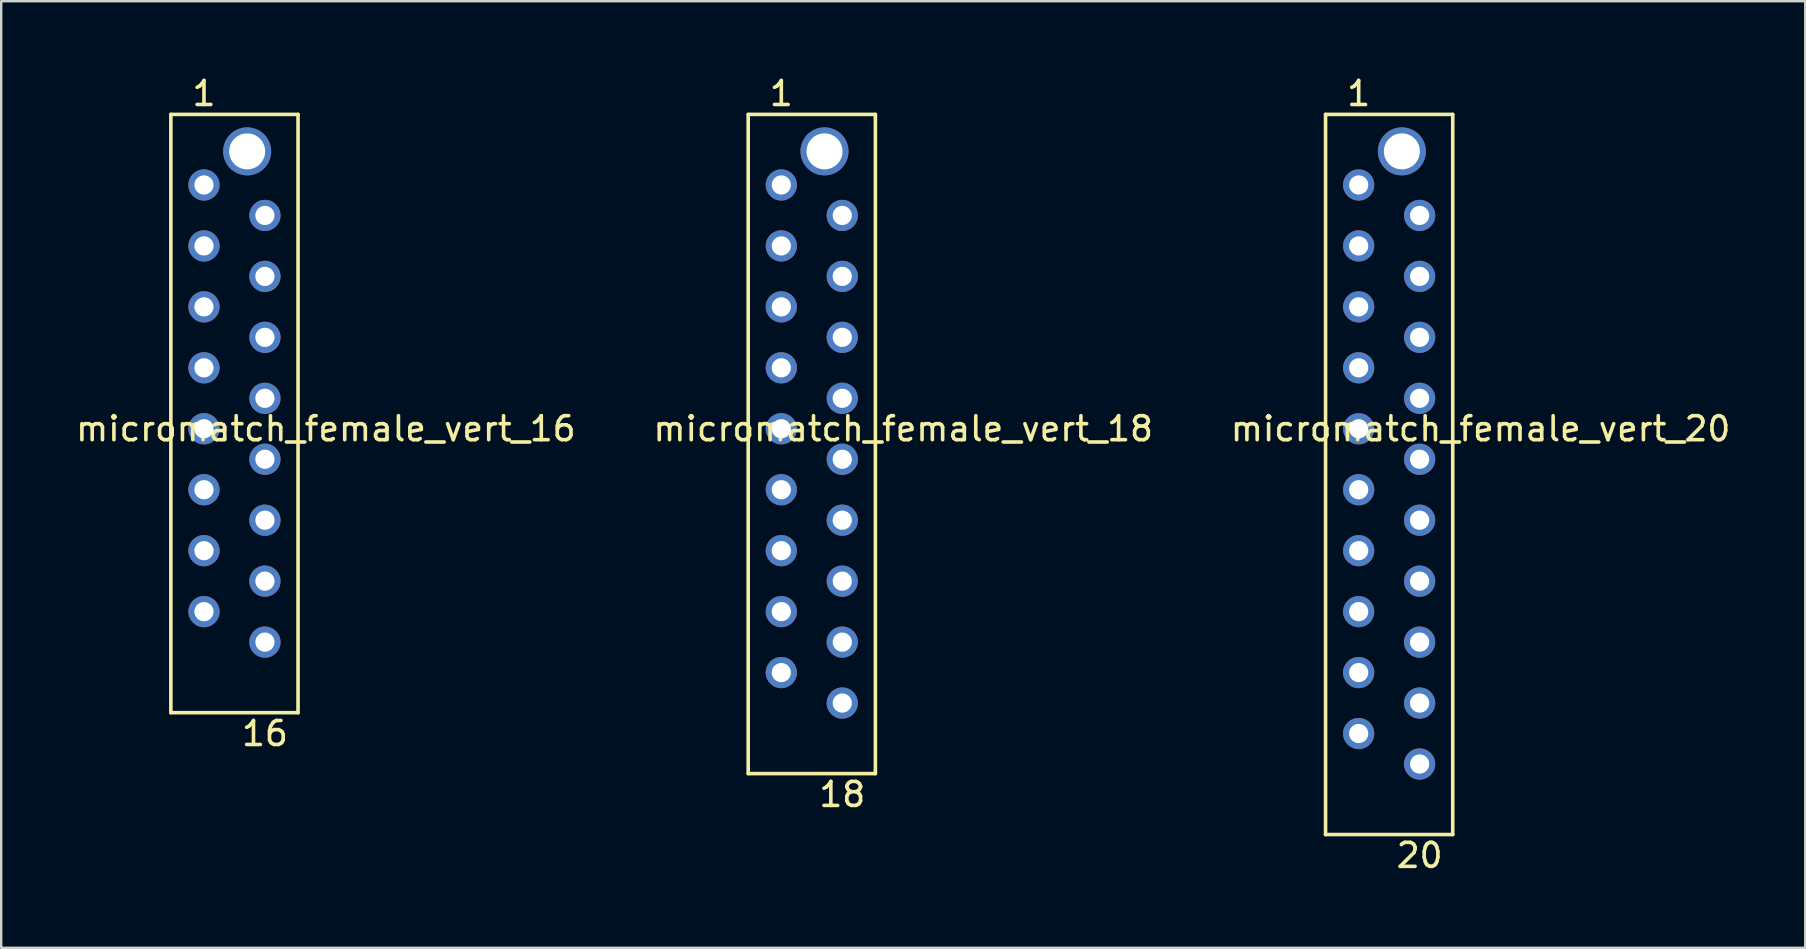
<source format=kicad_pcb>
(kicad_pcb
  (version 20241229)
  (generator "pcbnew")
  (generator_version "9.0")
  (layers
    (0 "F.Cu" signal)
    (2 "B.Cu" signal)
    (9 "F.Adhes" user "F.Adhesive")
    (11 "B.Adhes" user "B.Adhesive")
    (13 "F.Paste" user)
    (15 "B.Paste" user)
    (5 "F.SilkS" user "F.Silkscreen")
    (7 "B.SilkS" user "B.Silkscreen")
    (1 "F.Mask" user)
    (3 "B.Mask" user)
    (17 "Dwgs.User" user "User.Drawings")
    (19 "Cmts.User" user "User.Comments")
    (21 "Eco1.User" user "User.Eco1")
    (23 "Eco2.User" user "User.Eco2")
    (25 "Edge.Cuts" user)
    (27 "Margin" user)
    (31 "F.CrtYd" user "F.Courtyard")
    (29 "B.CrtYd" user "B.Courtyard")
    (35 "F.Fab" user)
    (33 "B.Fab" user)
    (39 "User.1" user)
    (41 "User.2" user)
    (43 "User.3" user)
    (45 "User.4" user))
  (footprint "micromatch_female_vert_18"
    (layer "F.Cu")
    (at 29.509 9.738)
    (property "Reference" "micromatch_female_vert_18" (at 5.08 5.08 0) (layer "F.SilkS") (effects (font (size 1 1) (thickness 0.15))))
    (attr through_hole)
    (fp_line (start -1.38 -8.02) (end 3.92 -8.02) (stroke (width 0.15) (type solid)) (layer "F.SilkS"))
    (fp_line (start -1.38 19.45) (end -1.38 -8.02) (stroke (width 0.15) (type solid)) (layer "F.SilkS"))
    (fp_line (start -1.38 19.45) (end 3.92 19.45) (stroke (width 0.15) (type solid)) (layer "F.SilkS"))
    (fp_line (start 3.92 19.45) (end 3.92 -8.02) (stroke (width 0.15) (type solid)) (layer "F.SilkS"))
    (fp_text user "1" (at 0 -8.89 0) (layer "F.SilkS") (effects (font (size 1 1) (thickness 0.15))))
    (fp_text user "18" (at 2.54 20.32 0) (layer "F.SilkS") (effects (font (size 1 1) (thickness 0.15))))
    (pad "1" thru_hole circle (at 0 -5.08) (size 1.3 1.3) (drill 0.8) (layers "*.Cu" "*.Mask"))
    (pad "2" thru_hole circle (at 2.54 -3.81) (size 1.3 1.3) (drill 0.8) (layers "*.Cu" "*.Mask"))
    (pad "3" thru_hole circle (at 0 -2.54) (size 1.3 1.3) (drill 0.8) (layers "*.Cu" "*.Mask"))
    (pad "4" thru_hole circle (at 2.54 -1.27) (size 1.3 1.3) (drill 0.8) (layers "*.Cu" "*.Mask"))
    (pad "5" thru_hole circle (at 0 0) (size 1.3 1.3) (drill 0.8) (layers "*.Cu" "*.Mask"))
    (pad "6" thru_hole circle (at 2.54 1.27) (size 1.3 1.3) (drill 0.8) (layers "*.Cu" "*.Mask"))
    (pad "7" thru_hole circle (at 0 2.54) (size 1.3 1.3) (drill 0.8) (layers "*.Cu" "*.Mask"))
    (pad "8" thru_hole circle (at 2.54 3.81) (size 1.3 1.3) (drill 0.8) (layers "*.Cu" "*.Mask"))
    (pad "9" thru_hole circle (at 0 5.08) (size 1.3 1.3) (drill 0.8) (layers "*.Cu" "*.Mask"))
    (pad "10" thru_hole circle (at 2.54 6.35) (size 1.3 1.3) (drill 0.8) (layers "*.Cu" "*.Mask"))
    (pad "11" thru_hole circle (at 0 7.62) (size 1.3 1.3) (drill 0.8) (layers "*.Cu" "*.Mask"))
    (pad "12" thru_hole circle (at 2.54 8.89) (size 1.3 1.3) (drill 0.8) (layers "*.Cu" "*.Mask"))
    (pad "13" thru_hole circle (at 0 10.16) (size 1.3 1.3) (drill 0.8) (layers "*.Cu" "*.Mask"))
    (pad "14" thru_hole circle (at 2.54 11.43) (size 1.3 1.3) (drill 0.8) (layers "*.Cu" "*.Mask"))
    (pad "15" thru_hole circle (at 0 12.7) (size 1.3 1.3) (drill 0.8) (layers "*.Cu" "*.Mask"))
    (pad "16" thru_hole circle (at 2.54 13.97) (size 1.3 1.3) (drill 0.8) (layers "*.Cu" "*.Mask"))
    (pad "17" thru_hole circle (at 0 15.24) (size 1.3 1.3) (drill 0.8) (layers "*.Cu" "*.Mask"))
    (pad "18" thru_hole circle (at 2.54 16.51) (size 1.3 1.3) (drill 0.8) (layers "*.Cu" "*.Mask"))
    (pad "19" thru_hole circle (at 1.8 -6.48) (size 2 2) (drill 1.5) (layers "*.Cu" "*.Mask")))
  (footprint "micromatch_female_vert_16"
    (layer "F.Cu")
    (at 5.45 9.738)
    (property "Reference" "micromatch_female_vert_16" (at 5.08 5.08 0) (layer "F.SilkS") (effects (font (size 1 1) (thickness 0.15))))
    (attr through_hole)
    (fp_line (start -1.38 -8.02) (end 3.92 -8.02) (stroke (width 0.15) (type solid)) (layer "F.SilkS"))
    (fp_line (start -1.38 16.91) (end -1.38 -8.02) (stroke (width 0.15) (type solid)) (layer "F.SilkS"))
    (fp_line (start -1.38 16.91) (end 3.92 16.91) (stroke (width 0.15) (type solid)) (layer "F.SilkS"))
    (fp_line (start 3.92 16.91) (end 3.92 -8.02) (stroke (width 0.15) (type solid)) (layer "F.SilkS"))
    (fp_text user "1" (at 0 -8.89 0) (layer "F.SilkS") (effects (font (size 1 1) (thickness 0.15))))
    (fp_text user "16" (at 2.54 17.78 0) (layer "F.SilkS") (effects (font (size 1 1) (thickness 0.15))))
    (pad "1" thru_hole circle (at 0 -5.08) (size 1.3 1.3) (drill 0.8) (layers "*.Cu" "*.Mask"))
    (pad "2" thru_hole circle (at 2.54 -3.81) (size 1.3 1.3) (drill 0.8) (layers "*.Cu" "*.Mask"))
    (pad "3" thru_hole circle (at 0 -2.54) (size 1.3 1.3) (drill 0.8) (layers "*.Cu" "*.Mask"))
    (pad "4" thru_hole circle (at 2.54 -1.27) (size 1.3 1.3) (drill 0.8) (layers "*.Cu" "*.Mask"))
    (pad "5" thru_hole circle (at 0 0) (size 1.3 1.3) (drill 0.8) (layers "*.Cu" "*.Mask"))
    (pad "6" thru_hole circle (at 2.54 1.27) (size 1.3 1.3) (drill 0.8) (layers "*.Cu" "*.Mask"))
    (pad "7" thru_hole circle (at 0 2.54) (size 1.3 1.3) (drill 0.8) (layers "*.Cu" "*.Mask"))
    (pad "8" thru_hole circle (at 2.54 3.81) (size 1.3 1.3) (drill 0.8) (layers "*.Cu" "*.Mask"))
    (pad "9" thru_hole circle (at 0 5.08) (size 1.3 1.3) (drill 0.8) (layers "*.Cu" "*.Mask"))
    (pad "10" thru_hole circle (at 2.54 6.35) (size 1.3 1.3) (drill 0.8) (layers "*.Cu" "*.Mask"))
    (pad "11" thru_hole circle (at 0 7.62) (size 1.3 1.3) (drill 0.8) (layers "*.Cu" "*.Mask"))
    (pad "12" thru_hole circle (at 2.54 8.89) (size 1.3 1.3) (drill 0.8) (layers "*.Cu" "*.Mask"))
    (pad "13" thru_hole circle (at 0 10.16) (size 1.3 1.3) (drill 0.8) (layers "*.Cu" "*.Mask"))
    (pad "14" thru_hole circle (at 2.54 11.43) (size 1.3 1.3) (drill 0.8) (layers "*.Cu" "*.Mask"))
    (pad "15" thru_hole circle (at 0 12.7) (size 1.3 1.3) (drill 0.8) (layers "*.Cu" "*.Mask"))
    (pad "16" thru_hole circle (at 2.54 13.97) (size 1.3 1.3) (drill 0.8) (layers "*.Cu" "*.Mask"))
    (pad "17" thru_hole circle (at 1.8 -6.48) (size 2 2) (drill 1.5) (layers "*.Cu" "*.Mask")))
  (footprint "micromatch_female_vert_20"
    (layer "F.Cu")
    (at 53.569 9.738)
    (property "Reference" "micromatch_female_vert_20" (at 5.08 5.08 0) (layer "F.SilkS") (effects (font (size 1 1) (thickness 0.15))))
    (attr through_hole)
    (fp_line (start -1.38 -8.02) (end 3.92 -8.02) (stroke (width 0.15) (type solid)) (layer "F.SilkS"))
    (fp_line (start -1.38 21.99) (end -1.38 -8.02) (stroke (width 0.15) (type solid)) (layer "F.SilkS"))
    (fp_line (start -1.38 21.99) (end 3.92 21.99) (stroke (width 0.15) (type solid)) (layer "F.SilkS"))
    (fp_line (start 3.92 21.99) (end 3.92 -8.02) (stroke (width 0.15) (type solid)) (layer "F.SilkS"))
    (fp_text user "1" (at 0 -8.89 0) (layer "F.SilkS") (effects (font (size 1 1) (thickness 0.15))))
    (fp_text user "20" (at 2.54 22.86 0) (layer "F.SilkS") (effects (font (size 1 1) (thickness 0.15))))
    (pad "1" thru_hole circle (at 0 -5.08) (size 1.3 1.3) (drill 0.8) (layers "*.Cu" "*.Mask"))
    (pad "2" thru_hole circle (at 2.54 -3.81) (size 1.3 1.3) (drill 0.8) (layers "*.Cu" "*.Mask"))
    (pad "3" thru_hole circle (at 0 -2.54) (size 1.3 1.3) (drill 0.8) (layers "*.Cu" "*.Mask"))
    (pad "4" thru_hole circle (at 2.54 -1.27) (size 1.3 1.3) (drill 0.8) (layers "*.Cu" "*.Mask"))
    (pad "5" thru_hole circle (at 0 0) (size 1.3 1.3) (drill 0.8) (layers "*.Cu" "*.Mask"))
    (pad "6" thru_hole circle (at 2.54 1.27) (size 1.3 1.3) (drill 0.8) (layers "*.Cu" "*.Mask"))
    (pad "7" thru_hole circle (at 0 2.54) (size 1.3 1.3) (drill 0.8) (layers "*.Cu" "*.Mask"))
    (pad "8" thru_hole circle (at 2.54 3.81) (size 1.3 1.3) (drill 0.8) (layers "*.Cu" "*.Mask"))
    (pad "9" thru_hole circle (at 0 5.08) (size 1.3 1.3) (drill 0.8) (layers "*.Cu" "*.Mask"))
    (pad "10" thru_hole circle (at 2.54 6.35) (size 1.3 1.3) (drill 0.8) (layers "*.Cu" "*.Mask"))
    (pad "11" thru_hole circle (at 0 7.62) (size 1.3 1.3) (drill 0.8) (layers "*.Cu" "*.Mask"))
    (pad "12" thru_hole circle (at 2.54 8.89) (size 1.3 1.3) (drill 0.8) (layers "*.Cu" "*.Mask"))
    (pad "13" thru_hole circle (at 0 10.16) (size 1.3 1.3) (drill 0.8) (layers "*.Cu" "*.Mask"))
    (pad "14" thru_hole circle (at 2.54 11.43) (size 1.3 1.3) (drill 0.8) (layers "*.Cu" "*.Mask"))
    (pad "15" thru_hole circle (at 0 12.7) (size 1.3 1.3) (drill 0.8) (layers "*.Cu" "*.Mask"))
    (pad "16" thru_hole circle (at 2.54 13.97) (size 1.3 1.3) (drill 0.8) (layers "*.Cu" "*.Mask"))
    (pad "17" thru_hole circle (at 0 15.24) (size 1.3 1.3) (drill 0.8) (layers "*.Cu" "*.Mask"))
    (pad "18" thru_hole circle (at 2.54 16.51) (size 1.3 1.3) (drill 0.8) (layers "*.Cu" "*.Mask"))
    (pad "19" thru_hole circle (at 0 17.78) (size 1.3 1.3) (drill 0.8) (layers "*.Cu" "*.Mask"))
    (pad "20" thru_hole circle (at 2.54 19.05) (size 1.3 1.3) (drill 0.8) (layers "*.Cu" "*.Mask"))
    (pad "21" thru_hole circle (at 1.8 -6.48) (size 2 2) (drill 1.5) (layers "*.Cu" "*.Mask")))
  (gr_rect
    (start -3 -3)
    (end 72.179 36.447)
    (stroke (width 0.1) (type default))
    (fill no)
    (layer "Edge.Cuts")))
</source>
